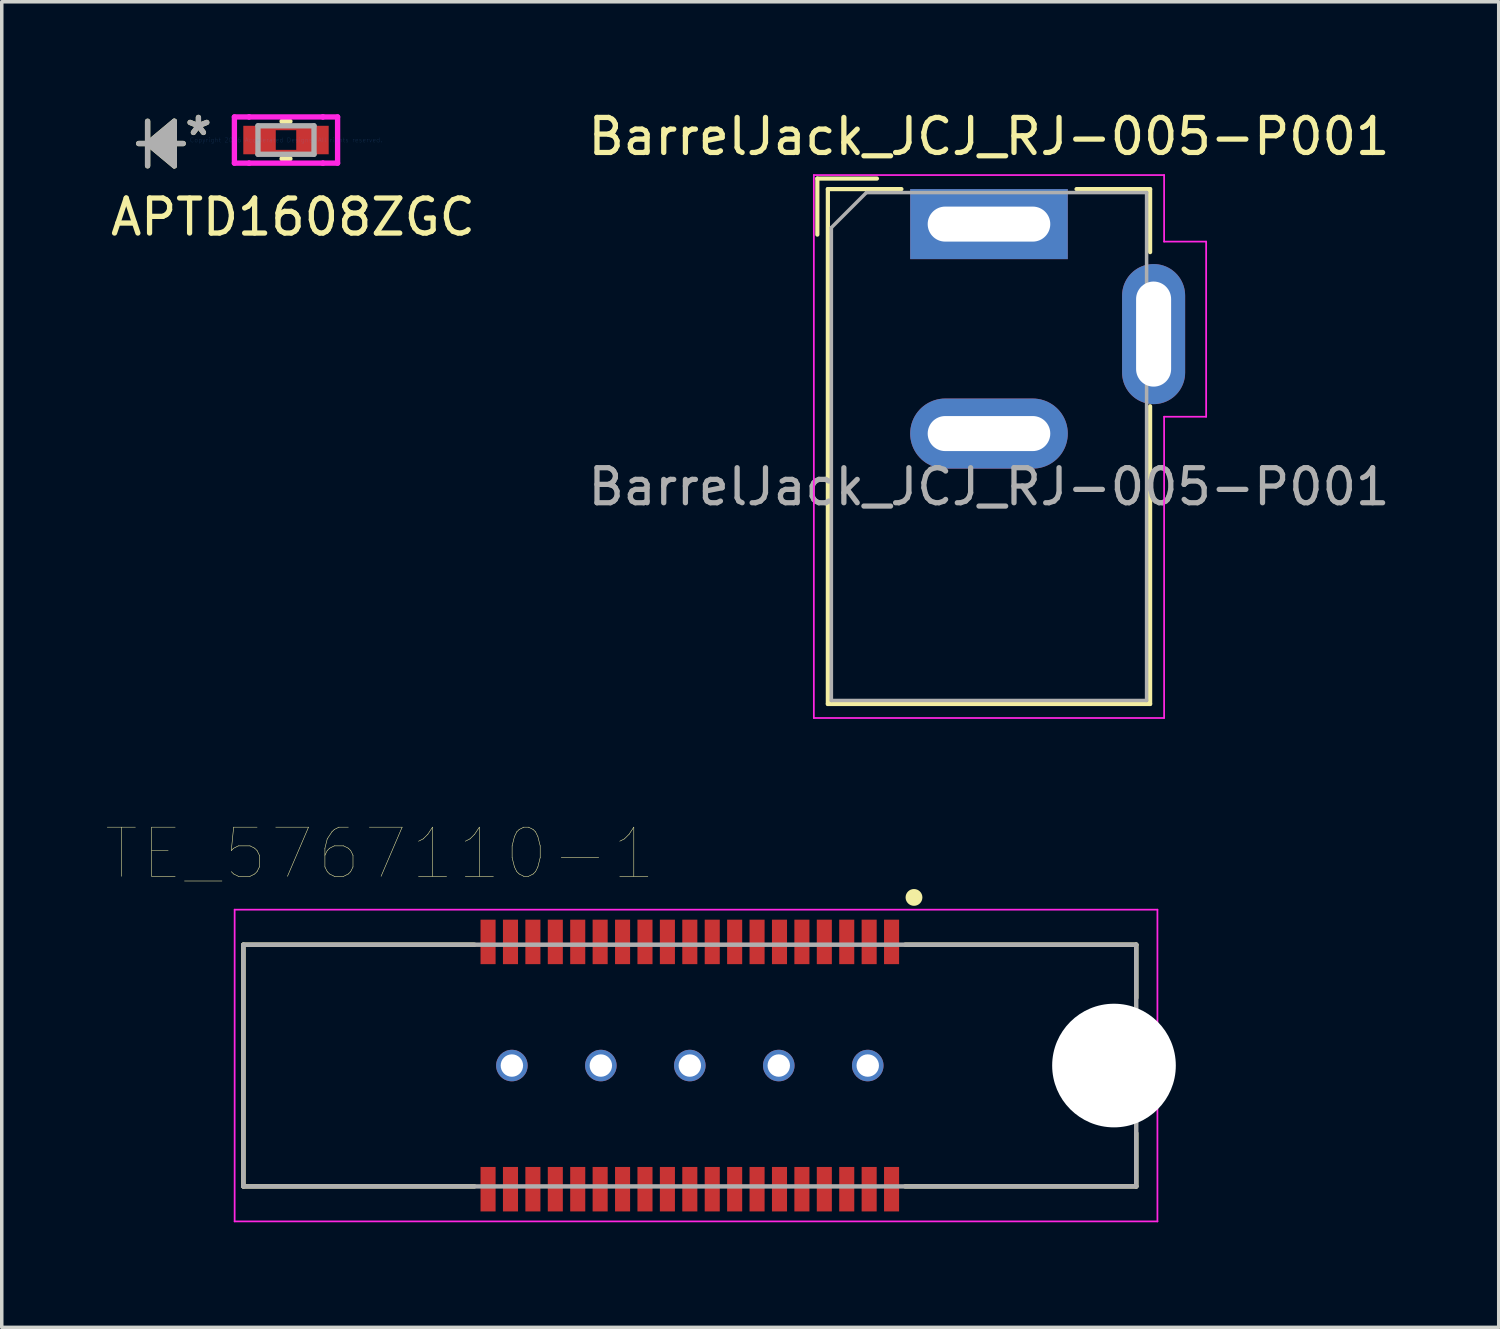
<source format=kicad_pcb>
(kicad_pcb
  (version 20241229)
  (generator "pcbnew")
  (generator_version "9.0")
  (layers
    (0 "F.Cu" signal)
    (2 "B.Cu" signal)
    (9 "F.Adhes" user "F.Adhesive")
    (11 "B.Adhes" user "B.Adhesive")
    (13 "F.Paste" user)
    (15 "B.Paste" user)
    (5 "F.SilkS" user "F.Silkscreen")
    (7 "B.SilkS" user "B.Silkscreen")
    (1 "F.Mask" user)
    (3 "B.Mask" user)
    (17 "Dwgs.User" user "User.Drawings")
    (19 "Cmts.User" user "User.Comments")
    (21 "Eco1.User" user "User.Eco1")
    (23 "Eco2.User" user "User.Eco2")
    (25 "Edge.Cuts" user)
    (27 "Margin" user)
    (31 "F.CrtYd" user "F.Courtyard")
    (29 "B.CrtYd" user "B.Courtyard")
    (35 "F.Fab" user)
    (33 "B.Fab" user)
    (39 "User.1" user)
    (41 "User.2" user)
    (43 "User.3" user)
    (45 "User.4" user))
  (footprint "BarrelJack_JCJ_RJ-005-P001"
    (layer "F.Cu")
    (at 25.185 3.348)
    (property "Reference" "BarrelJack_JCJ_RJ-005-P001" (at 0 -2.5 0) (layer "F.SilkS") (effects (font (size 1 1) (thickness 0.15))))
    (attr through_hole)
    (fp_line (start -4.9 -1.3) (end -4.9 0.3) (stroke (width 0.12) (type solid)) (layer "F.SilkS"))
    (fp_line (start -4.6 -1) (end -2.5 -1) (stroke (width 0.12) (type solid)) (layer "F.SilkS"))
    (fp_line (start -4.6 13.7) (end -4.6 -1) (stroke (width 0.12) (type solid)) (layer "F.SilkS"))
    (fp_line (start -3.2 -1.3) (end -4.9 -1.3) (stroke (width 0.12) (type solid)) (layer "F.SilkS"))
    (fp_line (start 2.5 -1) (end 4.6 -1) (stroke (width 0.12) (type solid)) (layer "F.SilkS"))
    (fp_line (start 4.6 -1) (end 4.6 0.8) (stroke (width 0.12) (type solid)) (layer "F.SilkS"))
    (fp_line (start 4.6 5.2) (end 4.6 13.7) (stroke (width 0.12) (type solid)) (layer "F.SilkS"))
    (fp_line (start 4.6 13.7) (end -4.6 13.7) (stroke (width 0.12) (type solid)) (layer "F.SilkS"))
    (fp_line (start -5 -1.4) (end -5 14.1) (stroke (width 0.05) (type solid)) (layer "F.CrtYd"))
    (fp_line (start -5 14.1) (end 5 14.1) (stroke (width 0.05) (type solid)) (layer "F.CrtYd"))
    (fp_line (start 5 -1.4) (end -5 -1.4) (stroke (width 0.05) (type solid)) (layer "F.CrtYd"))
    (fp_line (start 5 0.5) (end 5 -1.4) (stroke (width 0.05) (type solid)) (layer "F.CrtYd"))
    (fp_line (start 5 14.1) (end 5 5.5) (stroke (width 0.05) (type solid)) (layer "F.CrtYd"))
    (fp_line (start 6.2 0.5) (end 5 0.5) (stroke (width 0.05) (type solid)) (layer "F.CrtYd"))
    (fp_line (start 6.2 0.5) (end 6.2 5.5) (stroke (width 0.05) (type solid)) (layer "F.CrtYd"))
    (fp_line (start 6.2 5.5) (end 5 5.5) (stroke (width 0.05) (type solid)) (layer "F.CrtYd"))
    (fp_line (start -4.5 0.1) (end -3.5 -0.9) (stroke (width 0.1) (type solid)) (layer "F.Fab"))
    (fp_line (start -4.5 13.6) (end -4.5 0.1) (stroke (width 0.1) (type solid)) (layer "F.Fab"))
    (fp_line (start 4.5 -0.9) (end -3.5 -0.9) (stroke (width 0.1) (type solid)) (layer "F.Fab"))
    (fp_line (start 4.5 -0.9) (end 4.5 13.6) (stroke (width 0.1) (type solid)) (layer "F.Fab"))
    (fp_line (start 4.5 13.6) (end -4.5 13.6) (stroke (width 0.1) (type solid)) (layer "F.Fab"))
    (fp_text user "${REFERENCE}" (at 0 7.5 0) (layer "F.Fab") (effects (font (size 1 1) (thickness 0.15))))
    (pad "1" thru_hole rect (at 0 0) (size 4.5 2) (drill oval 3.5 1) (layers "*.Cu" "*.Mask"))
    (pad "2" thru_hole oval (at 4.7 3.14 90) (size 4 1.8) (drill oval 3 1) (layers "*.Cu" "*.Mask"))
    (pad "3" thru_hole oval (at 0 5.98) (size 4.5 2) (drill oval 3.5 1) (layers "*.Cu" "*.Mask")))
  (footprint "APTD1608ZGC"
    (layer "F.Cu")
    (at 5.115 0.948)
    (property "Reference" "APTD1608ZGC" (at 0.2 2.2 0) (layer "F.SilkS") (effects (font (size 1 1) (thickness 0.15))))
    (attr through_hole)
    (fp_line (start -0.368 -0.356) (end 0.368 -0.356) (stroke (width 0.152) (type solid)) (layer "F.Cu"))
    (fp_line (start -0.368 0.356) (end -0.368 -0.356) (stroke (width 0.152) (type solid)) (layer "F.Cu"))
    (fp_line (start 0.368 -0.356) (end 0.368 0.356) (stroke (width 0.152) (type solid)) (layer "F.Cu"))
    (fp_line (start 0.368 0.356) (end -0.368 0.356) (stroke (width 0.152) (type solid)) (layer "F.Cu"))
    (fp_line (start -3.951 -0.535) (end -3.951 0.735) (stroke (width 0.152) (type solid)) (layer "F.SilkS"))
    (fp_line (start -3.951 0.1) (end -3.189 -0.535) (stroke (width 0.152) (type solid)) (layer "F.SilkS"))
    (fp_line (start -3.951 0.1) (end -3.189 -0.408) (stroke (width 0.152) (type solid)) (layer "F.SilkS"))
    (fp_line (start -3.951 0.1) (end -3.189 -0.281) (stroke (width 0.152) (type solid)) (layer "F.SilkS"))
    (fp_line (start -3.951 0.1) (end -3.189 -0.154) (stroke (width 0.152) (type solid)) (layer "F.SilkS"))
    (fp_line (start -3.951 0.1) (end -3.189 -0.027) (stroke (width 0.152) (type solid)) (layer "F.SilkS"))
    (fp_line (start -3.951 0.1) (end -3.189 0.227) (stroke (width 0.152) (type solid)) (layer "F.SilkS"))
    (fp_line (start -3.951 0.1) (end -3.189 0.354) (stroke (width 0.152) (type solid)) (layer "F.SilkS"))
    (fp_line (start -3.951 0.1) (end -3.189 0.481) (stroke (width 0.152) (type solid)) (layer "F.SilkS"))
    (fp_line (start -3.951 0.1) (end -3.189 0.608) (stroke (width 0.152) (type solid)) (layer "F.SilkS"))
    (fp_line (start -3.951 0.1) (end -3.189 0.735) (stroke (width 0.152) (type solid)) (layer "F.SilkS"))
    (fp_line (start -3.189 -0.535) (end -3.189 0.735) (stroke (width 0.152) (type solid)) (layer "F.SilkS"))
    (fp_line (start -2.935 0.1) (end -4.205 0.1) (stroke (width 0.152) (type solid)) (layer "F.SilkS"))
    (fp_line (start -0.112 0.533) (end 0.112 0.533) (stroke (width 0.152) (type solid)) (layer "F.SilkS"))
    (fp_line (start 0.112 -0.533) (end -0.112 -0.533) (stroke (width 0.152) (type solid)) (layer "F.SilkS"))
    (fp_line (start -1.473 -0.66) (end -1.054 -0.66) (stroke (width 0.152) (type solid)) (layer "F.CrtYd"))
    (fp_line (start -1.473 0.66) (end -1.473 -0.66) (stroke (width 0.152) (type solid)) (layer "F.CrtYd"))
    (fp_line (start -1.054 -0.66) (end -1.054 -0.66) (stroke (width 0.152) (type solid)) (layer "F.CrtYd"))
    (fp_line (start -1.054 -0.66) (end 1.054 -0.66) (stroke (width 0.152) (type solid)) (layer "F.CrtYd"))
    (fp_line (start -1.054 0.66) (end -1.473 0.66) (stroke (width 0.152) (type solid)) (layer "F.CrtYd"))
    (fp_line (start -1.054 0.66) (end -1.054 0.66) (stroke (width 0.152) (type solid)) (layer "F.CrtYd"))
    (fp_line (start 1.054 -0.66) (end 1.054 -0.66) (stroke (width 0.152) (type solid)) (layer "F.CrtYd"))
    (fp_line (start 1.054 -0.66) (end 1.473 -0.66) (stroke (width 0.152) (type solid)) (layer "F.CrtYd"))
    (fp_line (start 1.054 0.66) (end -1.054 0.66) (stroke (width 0.152) (type solid)) (layer "F.CrtYd"))
    (fp_line (start 1.054 0.66) (end 1.054 0.66) (stroke (width 0.152) (type solid)) (layer "F.CrtYd"))
    (fp_line (start 1.473 -0.66) (end 1.473 0.66) (stroke (width 0.152) (type solid)) (layer "F.CrtYd"))
    (fp_line (start 1.473 0.66) (end 1.054 0.66) (stroke (width 0.152) (type solid)) (layer "F.CrtYd"))
    (fp_line (start -3.951 -0.535) (end -3.951 0.735) (stroke (width 0.152) (type solid)) (layer "F.Fab"))
    (fp_line (start -3.951 0.1) (end -3.189 -0.535) (stroke (width 0.152) (type solid)) (layer "F.Fab"))
    (fp_line (start -3.951 0.1) (end -3.189 -0.408) (stroke (width 0.152) (type solid)) (layer "F.Fab"))
    (fp_line (start -3.951 0.1) (end -3.189 -0.281) (stroke (width 0.152) (type solid)) (layer "F.Fab"))
    (fp_line (start -3.951 0.1) (end -3.189 -0.154) (stroke (width 0.152) (type solid)) (layer "F.Fab"))
    (fp_line (start -3.951 0.1) (end -3.189 -0.027) (stroke (width 0.152) (type solid)) (layer "F.Fab"))
    (fp_line (start -3.951 0.1) (end -3.189 0.227) (stroke (width 0.152) (type solid)) (layer "F.Fab"))
    (fp_line (start -3.951 0.1) (end -3.189 0.354) (stroke (width 0.152) (type solid)) (layer "F.Fab"))
    (fp_line (start -3.951 0.1) (end -3.189 0.481) (stroke (width 0.152) (type solid)) (layer "F.Fab"))
    (fp_line (start -3.951 0.1) (end -3.189 0.608) (stroke (width 0.152) (type solid)) (layer "F.Fab"))
    (fp_line (start -3.951 0.1) (end -3.189 0.735) (stroke (width 0.152) (type solid)) (layer "F.Fab"))
    (fp_line (start -3.189 -0.535) (end -3.189 0.735) (stroke (width 0.152) (type solid)) (layer "F.Fab"))
    (fp_line (start -2.935 0.1) (end -4.205 0.1) (stroke (width 0.152) (type solid)) (layer "F.Fab"))
    (fp_line (start -0.8 -0.406) (end -0.8 0.406) (stroke (width 0.152) (type solid)) (layer "F.Fab"))
    (fp_line (start -0.8 0.406) (end 0.8 0.406) (stroke (width 0.152) (type solid)) (layer "F.Fab"))
    (fp_line (start 0.8 -0.406) (end -0.8 -0.406) (stroke (width 0.152) (type solid)) (layer "F.Fab"))
    (fp_line (start 0.8 0.406) (end 0.8 -0.406) (stroke (width 0.152) (type solid)) (layer "F.Fab"))
    (fp_text user "*" (at -2.5 -0.1 0) (layer "F.SilkS") (effects (font (size 1 1) (thickness 0.15))))
    (fp_text user "Copyright 2016 Accelerated Designs. All rights reserved." (at 0 0 0) (layer "Cmts.User") (effects (font (size 0.127 0.127) (thickness 0.002))))
    (fp_text user "*" (at -2.5 -0.1 0) (layer "F.Fab") (effects (font (size 1 1) (thickness 0.15))))
    (pad "1" smd rect (at -0.819 0) (size 0.8 0.813) (layers "F.Cu" "F.Mask" "F.Paste"))
    (pad "2" smd rect (at 0.819 0) (size 0.8 0.813) (layers "F.Cu" "F.Mask" "F.Paste")))
  (footprint "TE_5767110-1"
    (layer "F.Cu")
    (at 16.644 27.371)
    (property "Reference" "TE_5767110-1" (at -8.848 -6.051 0) (layer "F.SilkS") (effects (font (size 1.403 1.403) (thickness 0.015))))
    (attr through_hole)
    (fp_line (start -12.745 -3.45) (end -6.15 -3.45) (stroke (width 0.127) (type solid)) (layer "F.SilkS"))
    (fp_line (start -12.745 3.45) (end -12.745 -3.45) (stroke (width 0.127) (type solid)) (layer "F.SilkS"))
    (fp_line (start -12.745 3.45) (end -6.15 3.45) (stroke (width 0.127) (type solid)) (layer "F.SilkS"))
    (fp_line (start 12.745 -3.45) (end 6.15 -3.45) (stroke (width 0.127) (type solid)) (layer "F.SilkS"))
    (fp_line (start 12.745 -3.45) (end 12.745 -1.93) (stroke (width 0.127) (type solid)) (layer "F.SilkS"))
    (fp_line (start 12.745 1.93) (end 12.745 3.45) (stroke (width 0.127) (type solid)) (layer "F.SilkS"))
    (fp_line (start 12.745 3.45) (end 6.15 3.45) (stroke (width 0.127) (type solid)) (layer "F.SilkS"))
    (fp_circle (center 6.4 -4.8) (end 6.52 -4.8) (stroke (width 0.24) (type solid)) (fill no) (layer "F.SilkS"))
    (fp_line (start -12.995 -4.45) (end -12.995 4.45) (stroke (width 0.05) (type solid)) (layer "F.CrtYd"))
    (fp_line (start -12.995 4.45) (end 13.35 4.45) (stroke (width 0.05) (type solid)) (layer "F.CrtYd"))
    (fp_line (start 13.35 -4.45) (end -12.995 -4.45) (stroke (width 0.05) (type solid)) (layer "F.CrtYd"))
    (fp_line (start 13.35 4.45) (end 13.35 -4.45) (stroke (width 0.05) (type solid)) (layer "F.CrtYd"))
    (fp_line (start -12.745 -3.45) (end -12.745 3.45) (stroke (width 0.127) (type solid)) (layer "F.Fab"))
    (fp_line (start 12.745 -3.45) (end -12.745 -3.45) (stroke (width 0.127) (type solid)) (layer "F.Fab"))
    (fp_line (start 12.745 3.45) (end -12.745 3.45) (stroke (width 0.127) (type solid)) (layer "F.Fab"))
    (fp_line (start 12.745 3.45) (end 12.745 -3.45) (stroke (width 0.127) (type solid)) (layer "F.Fab"))
    (pad "" np_thru_hole circle (at 12.11 0) (size 3.53 3.53) (drill 3.53) (layers "*.Cu" "*.Mask"))
    (pad "1" smd rect (at 5.76 -3.53) (size 0.43 1.27) (layers "F.Cu" "F.Mask" "F.Paste"))
    (pad "2" smd rect (at 5.76 3.53) (size 0.43 1.27) (layers "F.Cu" "F.Mask" "F.Paste"))
    (pad "3" smd rect (at 5.12 -3.53) (size 0.43 1.27) (layers "F.Cu" "F.Mask" "F.Paste"))
    (pad "4" smd rect (at 5.12 3.53) (size 0.43 1.27) (layers "F.Cu" "F.Mask" "F.Paste"))
    (pad "5" smd rect (at 4.48 -3.53) (size 0.43 1.27) (layers "F.Cu" "F.Mask" "F.Paste"))
    (pad "6" smd rect (at 4.48 3.53) (size 0.43 1.27) (layers "F.Cu" "F.Mask" "F.Paste"))
    (pad "7" smd rect (at 3.84 -3.53) (size 0.43 1.27) (layers "F.Cu" "F.Mask" "F.Paste"))
    (pad "8" smd rect (at 3.84 3.53) (size 0.43 1.27) (layers "F.Cu" "F.Mask" "F.Paste"))
    (pad "9" smd rect (at 3.2 -3.53) (size 0.43 1.27) (layers "F.Cu" "F.Mask" "F.Paste"))
    (pad "10" smd rect (at 3.2 3.53) (size 0.43 1.27) (layers "F.Cu" "F.Mask" "F.Paste"))
    (pad "11" smd rect (at 2.56 -3.53) (size 0.43 1.27) (layers "F.Cu" "F.Mask" "F.Paste"))
    (pad "12" smd rect (at 2.56 3.53) (size 0.43 1.27) (layers "F.Cu" "F.Mask" "F.Paste"))
    (pad "13" smd rect (at 1.92 -3.53) (size 0.43 1.27) (layers "F.Cu" "F.Mask" "F.Paste"))
    (pad "14" smd rect (at 1.92 3.53) (size 0.43 1.27) (layers "F.Cu" "F.Mask" "F.Paste"))
    (pad "15" smd rect (at 1.28 -3.53) (size 0.43 1.27) (layers "F.Cu" "F.Mask" "F.Paste"))
    (pad "16" smd rect (at 1.28 3.53) (size 0.43 1.27) (layers "F.Cu" "F.Mask" "F.Paste"))
    (pad "17" smd rect (at 0.64 -3.53) (size 0.43 1.27) (layers "F.Cu" "F.Mask" "F.Paste"))
    (pad "18" smd rect (at 0.64 3.53) (size 0.43 1.27) (layers "F.Cu" "F.Mask" "F.Paste"))
    (pad "19" smd rect (at 0 -3.53) (size 0.43 1.27) (layers "F.Cu" "F.Mask" "F.Paste"))
    (pad "20" smd rect (at 0 3.53) (size 0.43 1.27) (layers "F.Cu" "F.Mask" "F.Paste"))
    (pad "21" smd rect (at -0.64 -3.53) (size 0.43 1.27) (layers "F.Cu" "F.Mask" "F.Paste"))
    (pad "22" smd rect (at -0.64 3.53) (size 0.43 1.27) (layers "F.Cu" "F.Mask" "F.Paste"))
    (pad "23" smd rect (at -1.28 -3.53) (size 0.43 1.27) (layers "F.Cu" "F.Mask" "F.Paste"))
    (pad "24" smd rect (at -1.28 3.53) (size 0.43 1.27) (layers "F.Cu" "F.Mask" "F.Paste"))
    (pad "25" smd rect (at -1.92 -3.53) (size 0.43 1.27) (layers "F.Cu" "F.Mask" "F.Paste"))
    (pad "26" smd rect (at -1.92 3.53) (size 0.43 1.27) (layers "F.Cu" "F.Mask" "F.Paste"))
    (pad "27" smd rect (at -2.56 -3.53) (size 0.43 1.27) (layers "F.Cu" "F.Mask" "F.Paste"))
    (pad "28" smd rect (at -2.56 3.53) (size 0.43 1.27) (layers "F.Cu" "F.Mask" "F.Paste"))
    (pad "29" smd rect (at -3.2 -3.53) (size 0.43 1.27) (layers "F.Cu" "F.Mask" "F.Paste"))
    (pad "30" smd rect (at -3.2 3.53) (size 0.43 1.27) (layers "F.Cu" "F.Mask" "F.Paste"))
    (pad "31" smd rect (at -3.84 -3.53) (size 0.43 1.27) (layers "F.Cu" "F.Mask" "F.Paste"))
    (pad "32" smd rect (at -3.84 3.53) (size 0.43 1.27) (layers "F.Cu" "F.Mask" "F.Paste"))
    (pad "33" smd rect (at -4.48 -3.53) (size 0.43 1.27) (layers "F.Cu" "F.Mask" "F.Paste"))
    (pad "34" smd rect (at -4.48 3.53) (size 0.43 1.27) (layers "F.Cu" "F.Mask" "F.Paste"))
    (pad "35" smd rect (at -5.12 -3.53) (size 0.43 1.27) (layers "F.Cu" "F.Mask" "F.Paste"))
    (pad "36" smd rect (at -5.12 3.53) (size 0.43 1.27) (layers "F.Cu" "F.Mask" "F.Paste"))
    (pad "37" smd rect (at -5.76 -3.53) (size 0.43 1.27) (layers "F.Cu" "F.Mask" "F.Paste"))
    (pad "38" smd rect (at -5.76 3.53) (size 0.43 1.27) (layers "F.Cu" "F.Mask" "F.Paste"))
    (pad "CG1" thru_hole circle (at -5.08 0) (size 0.9 0.9) (drill 0.64) (layers "*.Cu" "*.Mask"))
    (pad "CG2" thru_hole circle (at -2.54 0) (size 0.9 0.9) (drill 0.64) (layers "*.Cu" "*.Mask"))
    (pad "CG3" thru_hole circle (at 0 0) (size 0.9 0.9) (drill 0.64) (layers "*.Cu" "*.Mask"))
    (pad "CG4" thru_hole circle (at 2.54 0) (size 0.9 0.9) (drill 0.64) (layers "*.Cu" "*.Mask"))
    (pad "CG5" thru_hole circle (at 5.08 0) (size 0.9 0.9) (drill 0.64) (layers "*.Cu" "*.Mask")))
  (gr_rect
    (start -3 -3)
    (end 39.738 34.846)
    (stroke (width 0.1) (type default))
    (fill no)
    (layer "Edge.Cuts")))
</source>
